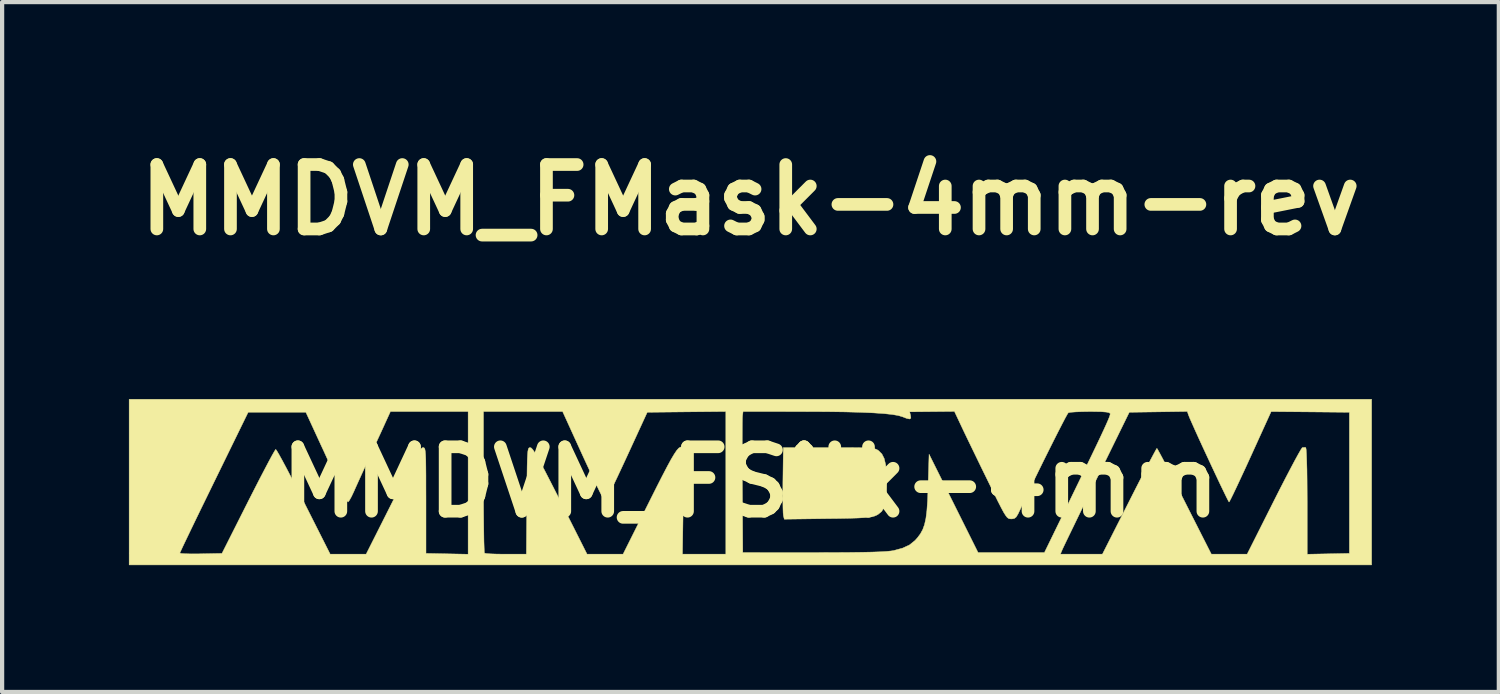
<source format=kicad_pcb>
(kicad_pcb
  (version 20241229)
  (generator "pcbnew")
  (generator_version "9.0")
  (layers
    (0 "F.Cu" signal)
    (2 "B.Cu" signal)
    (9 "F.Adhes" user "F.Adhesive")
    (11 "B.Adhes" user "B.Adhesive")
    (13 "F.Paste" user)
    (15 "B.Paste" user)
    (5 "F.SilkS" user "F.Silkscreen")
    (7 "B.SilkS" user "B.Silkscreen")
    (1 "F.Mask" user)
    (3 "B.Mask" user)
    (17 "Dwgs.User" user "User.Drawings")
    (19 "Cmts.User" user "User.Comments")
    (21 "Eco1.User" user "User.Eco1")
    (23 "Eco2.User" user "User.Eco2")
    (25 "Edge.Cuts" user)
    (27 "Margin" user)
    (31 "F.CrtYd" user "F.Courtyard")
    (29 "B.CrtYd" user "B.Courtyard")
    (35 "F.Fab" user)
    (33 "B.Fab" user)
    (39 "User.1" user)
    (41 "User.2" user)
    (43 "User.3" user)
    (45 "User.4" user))
  (footprint "MMDVM_FMask-4mm-rev"
    (layer "F.Cu")
    (at 14.703 1.677)
    (property "Reference" "MMDVM_FMask-4mm-rev" (at 0 0 0) (layer "F.SilkS") (effects (font (size 1.524 1.524) (thickness 0.3))))
    (attr through_hole)
    (fp_poly (pts (xy -0.581 1.705) (xy -1.607 1.705) (xy -1.588 0.453) (xy -1.584 0.141) (xy -1.582 -0.14) (xy -1.583 -0.382) (xy -1.585 -0.578) (xy -1.59 -0.721) (xy -1.596 -0.802) (xy -1.601 -0.819) (xy -1.632 -0.831) (xy -1.666 -0.823) (xy -1.707 -0.792) (xy -1.756 -0.73) (xy -1.819 -0.634) (xy -1.897 -0.498) (xy -1.995 -0.317) (xy -2.115 -0.084) (xy -2.261 0.205) (xy -2.386 0.453) (xy -3.012 1.705) (xy -3.438 1.705) (xy -3.864 1.705) (xy -4.499 0.444) (xy -4.666 0.115) (xy -4.804 -0.154) (xy -4.916 -0.369) (xy -5.005 -0.535) (xy -5.074 -0.657) (xy -5.127 -0.74) (xy -5.167 -0.791) (xy -5.195 -0.814) (xy -5.207 -0.816) (xy -5.226 -0.814) (xy -5.242 -0.804) (xy -5.254 -0.777) (xy -5.264 -0.727) (xy -5.271 -0.648) (xy -5.277 -0.531) (xy -5.281 -0.37) (xy -5.284 -0.158) (xy -5.286 0.113) (xy -5.289 0.445) (xy -5.299 1.705) (xy -5.782 1.705) (xy -5.962 1.704) (xy -6.116 1.699) (xy -6.229 1.692) (xy -6.286 1.683) (xy -6.29 1.681) (xy -6.294 1.641) (xy -6.299 1.536) (xy -6.303 1.372) (xy -6.307 1.158) (xy -6.31 0.901) (xy -6.312 0.608) (xy -6.313 0.286) (xy -6.314 -0.006) (xy -6.314 -1.669) (xy -4.442 -1.669) (xy -3.954 -0.599) (xy -3.835 -0.341) (xy -3.725 -0.106) (xy -3.627 0.098) (xy -3.546 0.265) (xy -3.484 0.385) (xy -3.447 0.451) (xy -3.437 0.462) (xy -3.415 0.428) (xy -3.368 0.336) (xy -3.297 0.193) (xy -3.209 0.009) (xy -3.105 -0.21) (xy -2.991 -0.455) (xy -2.924 -0.599) (xy -2.44 -1.651) (xy -1.51 -1.661) (xy -0.581 -1.67) (xy -0.581 1.705)) (stroke (width 0.01) (type solid)) (fill yes) (layer "F.Mask"))
    (fp_poly (pts (xy 10.365 -1.583) (xy 10.393 -1.514) (xy 10.445 -1.394) (xy 10.517 -1.234) (xy 10.603 -1.044) (xy 10.701 -0.832) (xy 10.804 -0.608) (xy 10.909 -0.382) (xy 11.012 -0.165) (xy 11.106 0.036) (xy 11.19 0.209) (xy 11.256 0.346) (xy 11.302 0.437) (xy 11.323 0.472) (xy 11.323 0.472) (xy 11.343 0.44) (xy 11.389 0.35) (xy 11.457 0.209) (xy 11.544 0.025) (xy 11.646 -0.193) (xy 11.759 -0.439) (xy 11.832 -0.598) (xy 12.319 -1.668) (xy 13.244 -1.66) (xy 14.17 -1.651) (xy 14.17 1.687) (xy 13.671 1.697) (xy 13.172 1.707) (xy 13.172 0.457) (xy 13.171 0.148) (xy 13.168 -0.13) (xy 13.164 -0.372) (xy 13.158 -0.568) (xy 13.152 -0.712) (xy 13.144 -0.796) (xy 13.139 -0.814) (xy 13.078 -0.822) (xy 13.057 -0.816) (xy 13.03 -0.78) (xy 12.975 -0.687) (xy 12.896 -0.542) (xy 12.795 -0.355) (xy 12.678 -0.13) (xy 12.548 0.123) (xy 12.408 0.398) (xy 12.38 0.454) (xy 11.751 1.705) (xy 11.328 1.705) (xy 10.904 1.704) (xy 10.27 0.453) (xy 10.129 0.175) (xy 9.998 -0.081) (xy 9.881 -0.309) (xy 9.78 -0.501) (xy 9.7 -0.651) (xy 9.645 -0.752) (xy 9.618 -0.797) (xy 9.617 -0.798) (xy 9.596 -0.767) (xy 9.547 -0.678) (xy 9.472 -0.538) (xy 9.376 -0.354) (xy 9.262 -0.133) (xy 9.133 0.117) (xy 8.993 0.391) (xy 8.962 0.453) (xy 8.328 1.704) (xy 7.333 1.705) (xy 7.383 1.587) (xy 7.409 1.532) (xy 7.463 1.418) (xy 7.543 1.252) (xy 7.644 1.043) (xy 7.764 0.796) (xy 7.9 0.519) (xy 8.047 0.218) (xy 8.198 -0.091) (xy 8.963 -1.651) (xy 9.649 -1.661) (xy 10.335 -1.671) (xy 10.365 -1.583)) (stroke (width 0.01) (type solid)) (fill yes) (layer "F.Mask"))
    (fp_poly (pts (xy -6.677 1.707) (xy -7.176 1.697) (xy -7.674 1.687) (xy -7.674 0.435) (xy -7.675 0.101) (xy -7.675 -0.167) (xy -7.677 -0.378) (xy -7.68 -0.537) (xy -7.684 -0.652) (xy -7.691 -0.73) (xy -7.7 -0.779) (xy -7.712 -0.804) (xy -7.728 -0.815) (xy -7.747 -0.816) (xy -7.771 -0.806) (xy -7.805 -0.77) (xy -7.85 -0.704) (xy -7.911 -0.603) (xy -7.99 -0.461) (xy -8.089 -0.272) (xy -8.213 -0.031) (xy -8.365 0.266) (xy -8.455 0.444) (xy -9.09 1.705) (xy -9.515 1.705) (xy -9.94 1.705) (xy -10.567 0.463) (xy -10.708 0.186) (xy -10.839 -0.069) (xy -10.957 -0.295) (xy -11.059 -0.486) (xy -11.14 -0.634) (xy -11.197 -0.732) (xy -11.226 -0.773) (xy -11.228 -0.774) (xy -11.251 -0.742) (xy -11.303 -0.651) (xy -11.38 -0.51) (xy -11.478 -0.325) (xy -11.593 -0.104) (xy -11.722 0.147) (xy -11.861 0.419) (xy -11.881 0.459) (xy -12.5 1.687) (xy -12.999 1.697) (xy -13.18 1.699) (xy -13.331 1.697) (xy -13.44 1.691) (xy -13.494 1.682) (xy -13.497 1.679) (xy -13.481 1.642) (xy -13.436 1.546) (xy -13.366 1.397) (xy -13.272 1.202) (xy -13.159 0.967) (xy -13.028 0.698) (xy -12.884 0.402) (xy -12.729 0.084) (xy -12.688 0) (xy -11.881 -1.651) (xy -10.515 -1.651) (xy -10.147 -0.852) (xy -10.036 -0.611) (xy -9.928 -0.376) (xy -9.83 -0.16) (xy -9.747 0.023) (xy -9.685 0.161) (xy -9.663 0.209) (xy -9.605 0.332) (xy -9.556 0.424) (xy -9.523 0.469) (xy -9.518 0.471) (xy -9.49 0.439) (xy -9.444 0.358) (xy -9.389 0.243) (xy -9.381 0.226) (xy -9.318 0.085) (xy -9.237 -0.094) (xy -9.151 -0.282) (xy -9.106 -0.381) (xy -9.022 -0.561) (xy -8.922 -0.779) (xy -8.818 -1.006) (xy -8.726 -1.206) (xy -8.515 -1.669) (xy -6.677 -1.669) (xy -6.677 1.707)) (stroke (width 0.01) (type solid)) (fill yes) (layer "F.Mask"))
    (fp_poly (pts (xy 4.986 -1.335) (xy 5.044 -1.211) (xy 5.129 -1.035) (xy 5.234 -0.819) (xy 5.352 -0.575) (xy 5.477 -0.316) (xy 5.601 -0.064) (xy 5.733 0.207) (xy 5.838 0.42) (xy 5.92 0.582) (xy 5.983 0.699) (xy 6.031 0.78) (xy 6.069 0.83) (xy 6.101 0.857) (xy 6.131 0.869) (xy 6.164 0.871) (xy 6.17 0.871) (xy 6.23 0.865) (xy 6.275 0.84) (xy 6.319 0.779) (xy 6.373 0.67) (xy 6.393 0.626) (xy 6.472 0.455) (xy 6.568 0.252) (xy 6.677 0.025) (xy 6.794 -0.217) (xy 6.916 -0.465) (xy 7.038 -0.711) (xy 7.155 -0.946) (xy 7.264 -1.16) (xy 7.359 -1.345) (xy 7.436 -1.492) (xy 7.491 -1.593) (xy 7.519 -1.638) (xy 7.521 -1.64) (xy 7.573 -1.65) (xy 7.681 -1.659) (xy 7.832 -1.666) (xy 8.009 -1.669) (xy 8.029 -1.669) (xy 8.234 -1.667) (xy 8.375 -1.661) (xy 8.462 -1.649) (xy 8.505 -1.631) (xy 8.512 -1.621) (xy 8.511 -1.603) (xy 8.501 -1.566) (xy 8.479 -1.508) (xy 8.444 -1.423) (xy 8.392 -1.308) (xy 8.323 -1.159) (xy 8.235 -0.971) (xy 8.125 -0.74) (xy 7.991 -0.463) (xy 7.832 -0.135) (xy 7.646 0.249) (xy 7.431 0.691) (xy 7.322 0.916) (xy 6.955 1.669) (xy 5.387 1.669) (xy 4.227 -0.659) (xy 4.205 0.078) (xy 4.194 0.384) (xy 4.179 0.629) (xy 4.158 0.821) (xy 4.128 0.974) (xy 4.089 1.096) (xy 4.037 1.2) (xy 3.97 1.295) (xy 3.953 1.316) (xy 3.889 1.389) (xy 3.824 1.452) (xy 3.752 1.504) (xy 3.666 1.547) (xy 3.56 1.582) (xy 3.428 1.609) (xy 3.264 1.63) (xy 3.062 1.645) (xy 2.816 1.656) (xy 2.518 1.662) (xy 2.164 1.666) (xy 1.747 1.668) (xy 1.498 1.668) (xy -0.18 1.669) (xy -0.189 0.179) (xy 0.768 0.179) (xy 0.768 0.391) (xy 0.77 0.571) (xy 0.773 0.706) (xy 0.779 0.784) (xy 0.781 0.793) (xy 0.802 0.878) (xy 1.825 0.864) (xy 2.131 0.86) (xy 2.374 0.855) (xy 2.562 0.849) (xy 2.703 0.841) (xy 2.808 0.831) (xy 2.884 0.819) (xy 2.941 0.803) (xy 2.982 0.785) (xy 3.077 0.723) (xy 3.146 0.636) (xy 3.192 0.513) (xy 3.217 0.345) (xy 3.227 0.119) (xy 3.227 0.026) (xy 3.219 -0.229) (xy 3.198 -0.423) (xy 3.161 -0.567) (xy 3.106 -0.67) (xy 3.036 -0.74) (xy 3.004 -0.762) (xy 2.968 -0.779) (xy 2.919 -0.792) (xy 2.849 -0.802) (xy 2.749 -0.809) (xy 2.611 -0.813) (xy 2.426 -0.815) (xy 2.186 -0.816) (xy 1.883 -0.816) (xy 0.78 -0.816) (xy 0.77 -0.054) (xy 0.768 0.179) (xy -0.189 0.179) (xy -0.19 0.1) (xy -0.192 -0.234) (xy -0.193 -0.549) (xy -0.193 -0.835) (xy -0.193 -1.086) (xy -0.192 -1.294) (xy -0.19 -1.449) (xy -0.188 -1.544) (xy -0.186 -1.569) (xy -0.173 -1.669) (xy 1.211 -1.668) (xy 1.723 -1.666) (xy 2.166 -1.661) (xy 2.544 -1.652) (xy 2.861 -1.64) (xy 3.12 -1.624) (xy 3.325 -1.603) (xy 3.479 -1.579) (xy 3.586 -1.55) (xy 3.601 -1.544) (xy 3.716 -1.5) (xy 3.778 -1.493) (xy 3.797 -1.524) (xy 3.789 -1.575) (xy 3.768 -1.662) (xy 4.297 -1.667) (xy 4.827 -1.672) (xy 4.986 -1.335)) (stroke (width 0.01) (type solid)) (fill yes) (layer "F.Mask")))
  (footprint "MMDVM_FSilk-4mm"
    (layer "F.Cu")
    (at 14.701 8.354)
    (property "Reference" "MMDVM_FSilk-4mm" (at 0 0 0) (layer "F.SilkS") (effects (font (size 1.524 1.524) (thickness 0.3))))
    (attr through_hole)
    (fp_poly (pts (xy 2.165 -0.816) (xy 2.41 -0.815) (xy 2.598 -0.813) (xy 2.74 -0.809) (xy 2.842 -0.803) (xy 2.914 -0.793) (xy 2.965 -0.78) (xy 3.002 -0.763) (xy 3.034 -0.742) (xy 3.036 -0.74) (xy 3.111 -0.664) (xy 3.165 -0.558) (xy 3.2 -0.411) (xy 3.22 -0.213) (xy 3.227 0.026) (xy 3.222 0.274) (xy 3.203 0.461) (xy 3.164 0.598) (xy 3.104 0.696) (xy 3.018 0.766) (xy 2.982 0.785) (xy 2.934 0.805) (xy 2.875 0.821) (xy 2.795 0.833) (xy 2.686 0.842) (xy 2.539 0.85) (xy 2.344 0.856) (xy 2.093 0.861) (xy 1.825 0.864) (xy 0.802 0.878) (xy 0.781 0.793) (xy 0.775 0.732) (xy 0.771 0.611) (xy 0.768 0.441) (xy 0.768 0.236) (xy 0.769 0.007) (xy 0.77 -0.054) (xy 0.78 -0.816) (xy 1.857 -0.816) (xy 2.165 -0.816)) (stroke (width 0.01) (type solid)) (fill yes) (layer "F.SilkS"))
    (fp_poly (pts (xy 14.696 1.959) (xy -14.696 1.959) (xy -14.696 1.679) (xy -13.497 1.679) (xy -13.463 1.689) (xy -13.37 1.695) (xy -13.231 1.699) (xy -13.058 1.698) (xy -12.999 1.697) (xy -12.5 1.687) (xy -11.881 0.459) (xy -11.741 0.184) (xy -11.611 -0.07) (xy -11.493 -0.296) (xy -11.393 -0.486) (xy -11.313 -0.634) (xy -11.257 -0.732) (xy -11.229 -0.773) (xy -11.228 -0.774) (xy -11.205 -0.744) (xy -11.153 -0.656) (xy -11.076 -0.517) (xy -10.978 -0.334) (xy -10.863 -0.114) (xy -10.734 0.136) (xy -10.595 0.409) (xy -10.567 0.463) (xy -9.94 1.705) (xy -9.515 1.705) (xy -9.09 1.705) (xy -8.455 0.444) (xy -8.288 0.115) (xy -8.15 -0.154) (xy -8.038 -0.369) (xy -7.949 -0.535) (xy -7.88 -0.657) (xy -7.827 -0.74) (xy -7.787 -0.791) (xy -7.759 -0.814) (xy -7.747 -0.816) (xy -7.728 -0.815) (xy -7.712 -0.804) (xy -7.7 -0.778) (xy -7.691 -0.729) (xy -7.684 -0.65) (xy -7.679 -0.534) (xy -7.677 -0.373) (xy -7.675 -0.161) (xy -7.675 0.109) (xy -7.674 0.435) (xy -7.674 1.687) (xy -7.176 1.697) (xy -6.677 1.707) (xy -6.677 -1.669) (xy -6.314 -1.669) (xy -6.314 -0.006) (xy -6.313 0.335) (xy -6.312 0.653) (xy -6.309 0.941) (xy -6.306 1.193) (xy -6.303 1.4) (xy -6.298 1.555) (xy -6.294 1.651) (xy -6.29 1.681) (xy -6.246 1.69) (xy -6.144 1.698) (xy -5.999 1.703) (xy -5.823 1.705) (xy -5.782 1.705) (xy -5.299 1.705) (xy -5.289 0.445) (xy -5.286 0.109) (xy -5.284 -0.161) (xy -5.281 -0.373) (xy -5.277 -0.533) (xy -5.271 -0.649) (xy -5.264 -0.728) (xy -5.254 -0.778) (xy -5.242 -0.804) (xy -5.226 -0.814) (xy -5.207 -0.816) (xy -5.183 -0.806) (xy -5.149 -0.77) (xy -5.104 -0.704) (xy -5.043 -0.603) (xy -4.964 -0.461) (xy -4.865 -0.272) (xy -4.741 -0.031) (xy -4.589 0.266) (xy -4.499 0.444) (xy -3.864 1.705) (xy -3.438 1.705) (xy -3.012 1.705) (xy -2.386 0.453) (xy -2.219 0.12) (xy -2.08 -0.153) (xy -1.966 -0.371) (xy -1.874 -0.54) (xy -1.8 -0.664) (xy -1.742 -0.75) (xy -1.695 -0.803) (xy -1.657 -0.827) (xy -1.624 -0.829) (xy -1.601 -0.819) (xy -1.594 -0.779) (xy -1.588 -0.673) (xy -1.584 -0.51) (xy -1.582 -0.296) (xy -1.583 -0.038) (xy -1.585 0.256) (xy -1.588 0.453) (xy -1.607 1.705) (xy -0.581 1.705) (xy 7.333 1.705) (xy 8.328 1.704) (xy 8.962 0.453) (xy 9.103 0.175) (xy 9.234 -0.081) (xy 9.352 -0.309) (xy 9.453 -0.501) (xy 9.533 -0.651) (xy 9.588 -0.752) (xy 9.615 -0.797) (xy 9.617 -0.798) (xy 9.637 -0.767) (xy 9.686 -0.678) (xy 9.761 -0.538) (xy 9.857 -0.354) (xy 9.971 -0.133) (xy 10.1 0.117) (xy 10.239 0.391) (xy 10.27 0.453) (xy 10.904 1.704) (xy 11.328 1.705) (xy 11.751 1.705) (xy 12.38 0.454) (xy 12.521 0.175) (xy 12.654 -0.083) (xy 12.774 -0.313) (xy 12.878 -0.509) (xy 12.962 -0.662) (xy 13.022 -0.766) (xy 13.054 -0.814) (xy 13.057 -0.816) (xy 13.122 -0.821) (xy 13.139 -0.814) (xy 13.147 -0.774) (xy 13.154 -0.669) (xy 13.16 -0.506) (xy 13.166 -0.294) (xy 13.169 -0.039) (xy 13.171 0.251) (xy 13.172 0.457) (xy 13.172 1.707) (xy 13.671 1.697) (xy 14.17 1.687) (xy 14.17 -1.651) (xy 13.244 -1.66) (xy 12.319 -1.668) (xy 11.832 -0.598) (xy 11.714 -0.34) (xy 11.604 -0.104) (xy 11.508 0.102) (xy 11.428 0.27) (xy 11.368 0.392) (xy 11.332 0.46) (xy 11.323 0.472) (xy 11.304 0.44) (xy 11.259 0.352) (xy 11.194 0.218) (xy 11.111 0.046) (xy 11.017 -0.153) (xy 10.915 -0.37) (xy 10.81 -0.596) (xy 10.706 -0.82) (xy 10.608 -1.033) (xy 10.521 -1.225) (xy 10.449 -1.387) (xy 10.395 -1.509) (xy 10.366 -1.581) (xy 10.365 -1.583) (xy 10.335 -1.671) (xy 9.649 -1.661) (xy 8.963 -1.651) (xy 8.198 -0.091) (xy 8.043 0.226) (xy 7.896 0.526) (xy 7.761 0.803) (xy 7.642 1.049) (xy 7.541 1.257) (xy 7.462 1.421) (xy 7.408 1.534) (xy 7.383 1.587) (xy 7.333 1.705) (xy -0.581 1.705) (xy -0.581 -0.721) (xy -0.193 -0.721) (xy -0.192 -0.422) (xy -0.191 -0.098) (xy -0.19 0.1) (xy -0.18 1.669) (xy 1.498 1.668) (xy 1.937 1.667) (xy 2.309 1.665) (xy 2.619 1.661) (xy 2.871 1.656) (xy 3.071 1.649) (xy 3.223 1.64) (xy 3.332 1.629) (xy 3.393 1.619) (xy 3.604 1.561) (xy 3.765 1.486) (xy 3.895 1.381) (xy 3.953 1.316) (xy 4.023 1.222) (xy 4.078 1.121) (xy 4.12 1.004) (xy 4.152 0.859) (xy 4.175 0.676) (xy 4.191 0.445) (xy 4.203 0.154) (xy 4.205 0.078) (xy 4.227 -0.659) (xy 5.387 1.669) (xy 6.955 1.669) (xy 7.322 0.916) (xy 7.551 0.445) (xy 7.75 0.035) (xy 7.921 -0.318) (xy 8.066 -0.618) (xy 8.187 -0.87) (xy 8.285 -1.077) (xy 8.363 -1.244) (xy 8.422 -1.374) (xy 8.465 -1.472) (xy 8.493 -1.542) (xy 8.508 -1.588) (xy 8.513 -1.614) (xy 8.512 -1.621) (xy 8.485 -1.642) (xy 8.418 -1.656) (xy 8.301 -1.665) (xy 8.125 -1.668) (xy 8.029 -1.669) (xy 7.85 -1.666) (xy 7.696 -1.66) (xy 7.582 -1.652) (xy 7.523 -1.641) (xy 7.521 -1.64) (xy 7.496 -1.602) (xy 7.444 -1.508) (xy 7.37 -1.366) (xy 7.277 -1.185) (xy 7.17 -0.974) (xy 7.054 -0.742) (xy 6.932 -0.497) (xy 6.81 -0.249) (xy 6.691 -0.005) (xy 6.581 0.224) (xy 6.483 0.431) (xy 6.402 0.606) (xy 6.393 0.626) (xy 6.333 0.752) (xy 6.288 0.826) (xy 6.245 0.86) (xy 6.19 0.871) (xy 6.17 0.871) (xy 6.136 0.869) (xy 6.106 0.86) (xy 6.074 0.835) (xy 6.038 0.789) (xy 5.991 0.714) (xy 5.931 0.602) (xy 5.852 0.448) (xy 5.751 0.243) (xy 5.623 -0.019) (xy 5.601 -0.064) (xy 5.473 -0.325) (xy 5.348 -0.583) (xy 5.23 -0.826) (xy 5.126 -1.041) (xy 5.042 -1.216) (xy 4.986 -1.335) (xy 4.827 -1.672) (xy 4.297 -1.667) (xy 3.768 -1.662) (xy 3.789 -1.575) (xy 3.796 -1.514) (xy 3.769 -1.492) (xy 3.696 -1.507) (xy 3.601 -1.544) (xy 3.502 -1.574) (xy 3.357 -1.599) (xy 3.162 -1.62) (xy 2.913 -1.637) (xy 2.608 -1.65) (xy 2.241 -1.66) (xy 1.81 -1.666) (xy 1.311 -1.668) (xy 1.211 -1.668) (xy -0.173 -1.669) (xy -0.186 -1.569) (xy -0.189 -1.513) (xy -0.191 -1.392) (xy -0.192 -1.214) (xy -0.193 -0.988) (xy -0.193 -0.721) (xy -0.581 -0.721) (xy -0.581 -1.67) (xy -1.51 -1.661) (xy -2.44 -1.651) (xy -2.924 -0.599) (xy -3.043 -0.343) (xy -3.153 -0.108) (xy -3.25 0.096) (xy -3.331 0.263) (xy -3.392 0.384) (xy -3.428 0.451) (xy -3.437 0.462) (xy -3.458 0.432) (xy -3.506 0.344) (xy -3.575 0.205) (xy -3.663 0.023) (xy -3.766 -0.194) (xy -3.88 -0.439) (xy -3.954 -0.599) (xy -4.442 -1.669) (xy -6.314 -1.669) (xy -6.677 -1.669) (xy -8.515 -1.669) (xy -8.726 -1.206) (xy -8.823 -0.996) (xy -8.927 -0.768) (xy -9.027 -0.551) (xy -9.106 -0.381) (xy -9.189 -0.2) (xy -9.274 -0.013) (xy -9.349 0.153) (xy -9.381 0.226) (xy -9.437 0.344) (xy -9.485 0.431) (xy -9.516 0.47) (xy -9.518 0.471) (xy -9.545 0.44) (xy -9.592 0.359) (xy -9.648 0.242) (xy -9.663 0.209) (xy -9.712 0.1) (xy -9.785 -0.062) (xy -9.877 -0.263) (xy -9.981 -0.49) (xy -10.09 -0.73) (xy -10.147 -0.852) (xy -10.515 -1.651) (xy -11.881 -1.651) (xy -12.688 0) (xy -12.845 0.322) (xy -12.993 0.625) (xy -13.127 0.901) (xy -13.245 1.146) (xy -13.344 1.352) (xy -13.421 1.513) (xy -13.472 1.623) (xy -13.496 1.676) (xy -13.497 1.679) (xy -14.696 1.679) (xy -14.696 -1.959) (xy 14.696 -1.959) (xy 14.696 1.959)) (stroke (width 0.01) (type solid)) (fill yes) (layer "F.SilkS")))
  (gr_rect
    (start -3 -3)
    (end 32.406 13.319)
    (stroke (width 0.1) (type default))
    (fill no)
    (layer "Edge.Cuts")))
</source>
